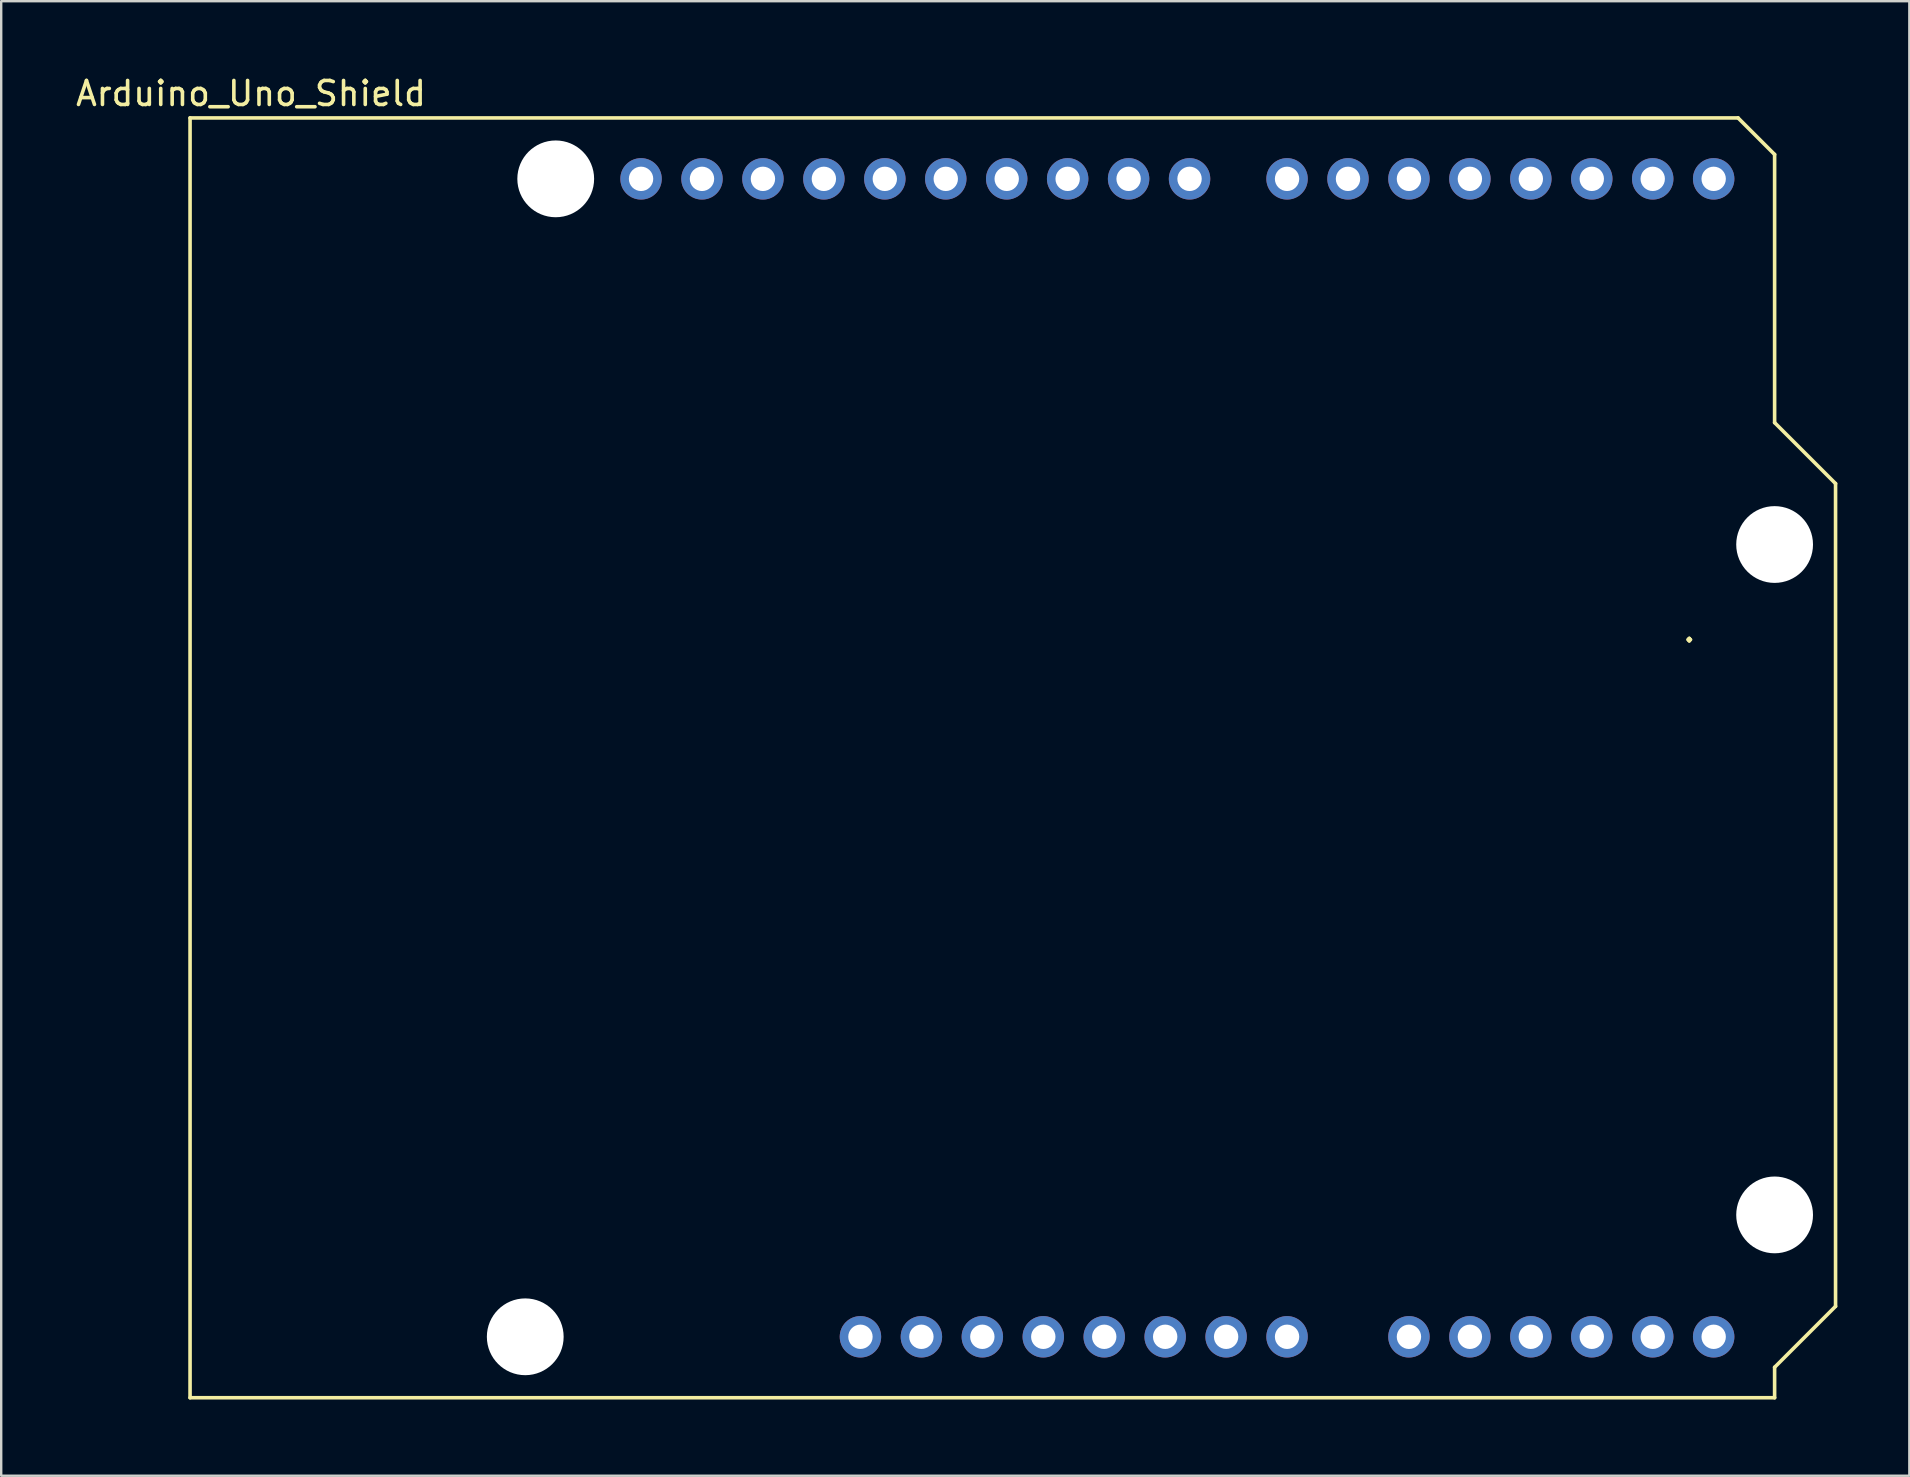
<source format=kicad_pcb>
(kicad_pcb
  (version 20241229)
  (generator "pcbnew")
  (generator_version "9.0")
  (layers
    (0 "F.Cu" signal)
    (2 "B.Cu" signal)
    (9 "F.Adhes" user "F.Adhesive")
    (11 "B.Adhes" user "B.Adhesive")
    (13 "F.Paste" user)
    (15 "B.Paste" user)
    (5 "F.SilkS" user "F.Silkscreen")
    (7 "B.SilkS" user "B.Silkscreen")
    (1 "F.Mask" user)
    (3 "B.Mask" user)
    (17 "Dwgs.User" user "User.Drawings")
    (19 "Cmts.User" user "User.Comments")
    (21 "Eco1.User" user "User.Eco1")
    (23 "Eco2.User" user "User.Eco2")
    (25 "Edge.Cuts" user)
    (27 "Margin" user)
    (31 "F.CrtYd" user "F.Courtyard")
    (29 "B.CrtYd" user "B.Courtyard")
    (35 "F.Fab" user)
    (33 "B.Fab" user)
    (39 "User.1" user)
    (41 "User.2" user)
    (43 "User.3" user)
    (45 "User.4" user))
  (footprint "Arduino_Uno_Shield"
    (layer "F.Cu")
    (at 4.871 55.204)
    (property "Reference" "Arduino_Uno_Shield" (at 2.54 -54.356 0) (layer "F.SilkS") (effects (font (size 1 1) (thickness 0.15))))
    (attr through_hole)
    (fp_line (start 0 -53.34) (end 0 0) (stroke (width 0.15) (type solid)) (layer "F.SilkS"))
    (fp_line (start 0 -53.34) (end 64.516 -53.34) (stroke (width 0.15) (type solid)) (layer "F.SilkS"))
    (fp_line (start 0 0) (end 66.04 0) (stroke (width 0.15) (type solid)) (layer "F.SilkS"))
    (fp_line (start 64.516 -53.34) (end 66.04 -51.816) (stroke (width 0.15) (type solid)) (layer "F.SilkS"))
    (fp_line (start 66.04 -40.64) (end 66.04 -51.816) (stroke (width 0.15) (type solid)) (layer "F.SilkS"))
    (fp_line (start 66.04 -1.27) (end 68.58 -3.81) (stroke (width 0.15) (type solid)) (layer "F.SilkS"))
    (fp_line (start 66.04 0) (end 66.04 -1.27) (stroke (width 0.15) (type solid)) (layer "F.SilkS"))
    (fp_line (start 68.58 -38.1) (end 66.04 -40.64) (stroke (width 0.15) (type solid)) (layer "F.SilkS"))
    (fp_line (start 68.58 -3.81) (end 68.58 -38.1) (stroke (width 0.15) (type solid)) (layer "F.SilkS"))
    (fp_text user "." (at 62.484 -32.004 0) (layer "F.SilkS") (effects (font (size 1 1) (thickness 0.15))))
    (pad "" np_thru_hole circle (at 13.97 -2.54) (size 3.2 3.2) (drill 3.2) (layers "*.Cu" "*.Mask"))
    (pad "" np_thru_hole circle (at 15.24 -50.8) (size 3.2 3.2) (drill 3.2) (layers "*.Cu" "*.Mask"))
    (pad "" thru_hole oval (at 27.94 -2.54) (size 1.727 1.727) (drill 1.016) (layers "*.Cu" "*.Mask"))
    (pad "" np_thru_hole circle (at 66.04 -35.56) (size 3.2 3.2) (drill 3.2) (layers "*.Cu" "*.Mask"))
    (pad "" np_thru_hole circle (at 66.04 -7.62) (size 3.2 3.2) (drill 3.2) (layers "*.Cu" "*.Mask"))
    (pad "3.3V" thru_hole oval (at 35.56 -2.54) (size 1.727 1.727) (drill 1.016) (layers "*.Cu" "*.Mask"))
    (pad "5V1" thru_hole oval (at 38.1 -2.54) (size 1.727 1.727) (drill 1.016) (layers "*.Cu" "*.Mask"))
    (pad "A0" thru_hole oval (at 50.8 -2.54) (size 1.727 1.727) (drill 1.016) (layers "*.Cu" "*.Mask"))
    (pad "A1" thru_hole oval (at 53.34 -2.54) (size 1.727 1.727) (drill 1.016) (layers "*.Cu" "*.Mask"))
    (pad "A2" thru_hole oval (at 55.88 -2.54) (size 1.727 1.727) (drill 1.016) (layers "*.Cu" "*.Mask"))
    (pad "A3" thru_hole oval (at 58.42 -2.54) (size 1.727 1.727) (drill 1.016) (layers "*.Cu" "*.Mask"))
    (pad "A4" thru_hole oval (at 60.96 -2.54) (size 1.727 1.727) (drill 1.016) (layers "*.Cu" "*.Mask"))
    (pad "A5" thru_hole oval (at 63.5 -2.54) (size 1.727 1.727) (drill 1.016) (layers "*.Cu" "*.Mask"))
    (pad "AREF" thru_hole oval (at 23.876 -50.8) (size 1.727 1.727) (drill 1.016) (layers "*.Cu" "*.Mask"))
    (pad "D0" thru_hole oval (at 63.5 -50.8) (size 1.727 1.727) (drill 1.016) (layers "*.Cu" "*.Mask"))
    (pad "D1" thru_hole oval (at 60.96 -50.8) (size 1.727 1.727) (drill 1.016) (layers "*.Cu" "*.Mask"))
    (pad "D2" thru_hole oval (at 58.42 -50.8) (size 1.727 1.727) (drill 1.016) (layers "*.Cu" "*.Mask"))
    (pad "D3" thru_hole oval (at 55.88 -50.8) (size 1.727 1.727) (drill 1.016) (layers "*.Cu" "*.Mask"))
    (pad "D4" thru_hole oval (at 53.34 -50.8) (size 1.727 1.727) (drill 1.016) (layers "*.Cu" "*.Mask"))
    (pad "D5" thru_hole oval (at 50.8 -50.8) (size 1.727 1.727) (drill 1.016) (layers "*.Cu" "*.Mask"))
    (pad "D6" thru_hole oval (at 48.26 -50.8) (size 1.727 1.727) (drill 1.016) (layers "*.Cu" "*.Mask"))
    (pad "D7" thru_hole oval (at 45.72 -50.8) (size 1.727 1.727) (drill 1.016) (layers "*.Cu" "*.Mask"))
    (pad "D8" thru_hole oval (at 41.656 -50.8) (size 1.727 1.727) (drill 1.016) (layers "*.Cu" "*.Mask"))
    (pad "D9" thru_hole oval (at 39.116 -50.8) (size 1.727 1.727) (drill 1.016) (layers "*.Cu" "*.Mask"))
    (pad "D10" thru_hole oval (at 36.576 -50.8) (size 1.727 1.727) (drill 1.016) (layers "*.Cu" "*.Mask"))
    (pad "D11" thru_hole oval (at 34.036 -50.8) (size 1.727 1.727) (drill 1.016) (layers "*.Cu" "*.Mask"))
    (pad "D12" thru_hole oval (at 31.496 -50.8) (size 1.727 1.727) (drill 1.016) (layers "*.Cu" "*.Mask"))
    (pad "D13" thru_hole oval (at 28.956 -50.8) (size 1.727 1.727) (drill 1.016) (layers "*.Cu" "*.Mask"))
    (pad "GND1" thru_hole oval (at 26.416 -50.8) (size 1.727 1.727) (drill 1.016) (layers "*.Cu" "*.Mask"))
    (pad "GND2" thru_hole oval (at 40.64 -2.54) (size 1.727 1.727) (drill 1.016) (layers "*.Cu" "*.Mask"))
    (pad "GND3" thru_hole oval (at 43.18 -2.54) (size 1.727 1.727) (drill 1.016) (layers "*.Cu" "*.Mask"))
    (pad "IORF" thru_hole oval (at 30.48 -2.54) (size 1.727 1.727) (drill 1.016) (layers "*.Cu" "*.Mask"))
    (pad "RST1" thru_hole oval (at 33.02 -2.54) (size 1.727 1.727) (drill 1.016) (layers "*.Cu" "*.Mask"))
    (pad "SCL" thru_hole oval (at 18.796 -50.8) (size 1.727 1.727) (drill 1.016) (layers "*.Cu" "*.Mask"))
    (pad "SDA" thru_hole oval (at 21.336 -50.8) (size 1.727 1.727) (drill 1.016) (layers "*.Cu" "*.Mask"))
    (pad "VIN" thru_hole oval (at 45.72 -2.54) (size 1.727 1.727) (drill 1.016) (layers "*.Cu" "*.Mask")))
  (gr_rect
    (start -3 -3)
    (end 76.526 58.454)
    (stroke (width 0.1) (type default))
    (fill no)
    (layer "Edge.Cuts")))
</source>
